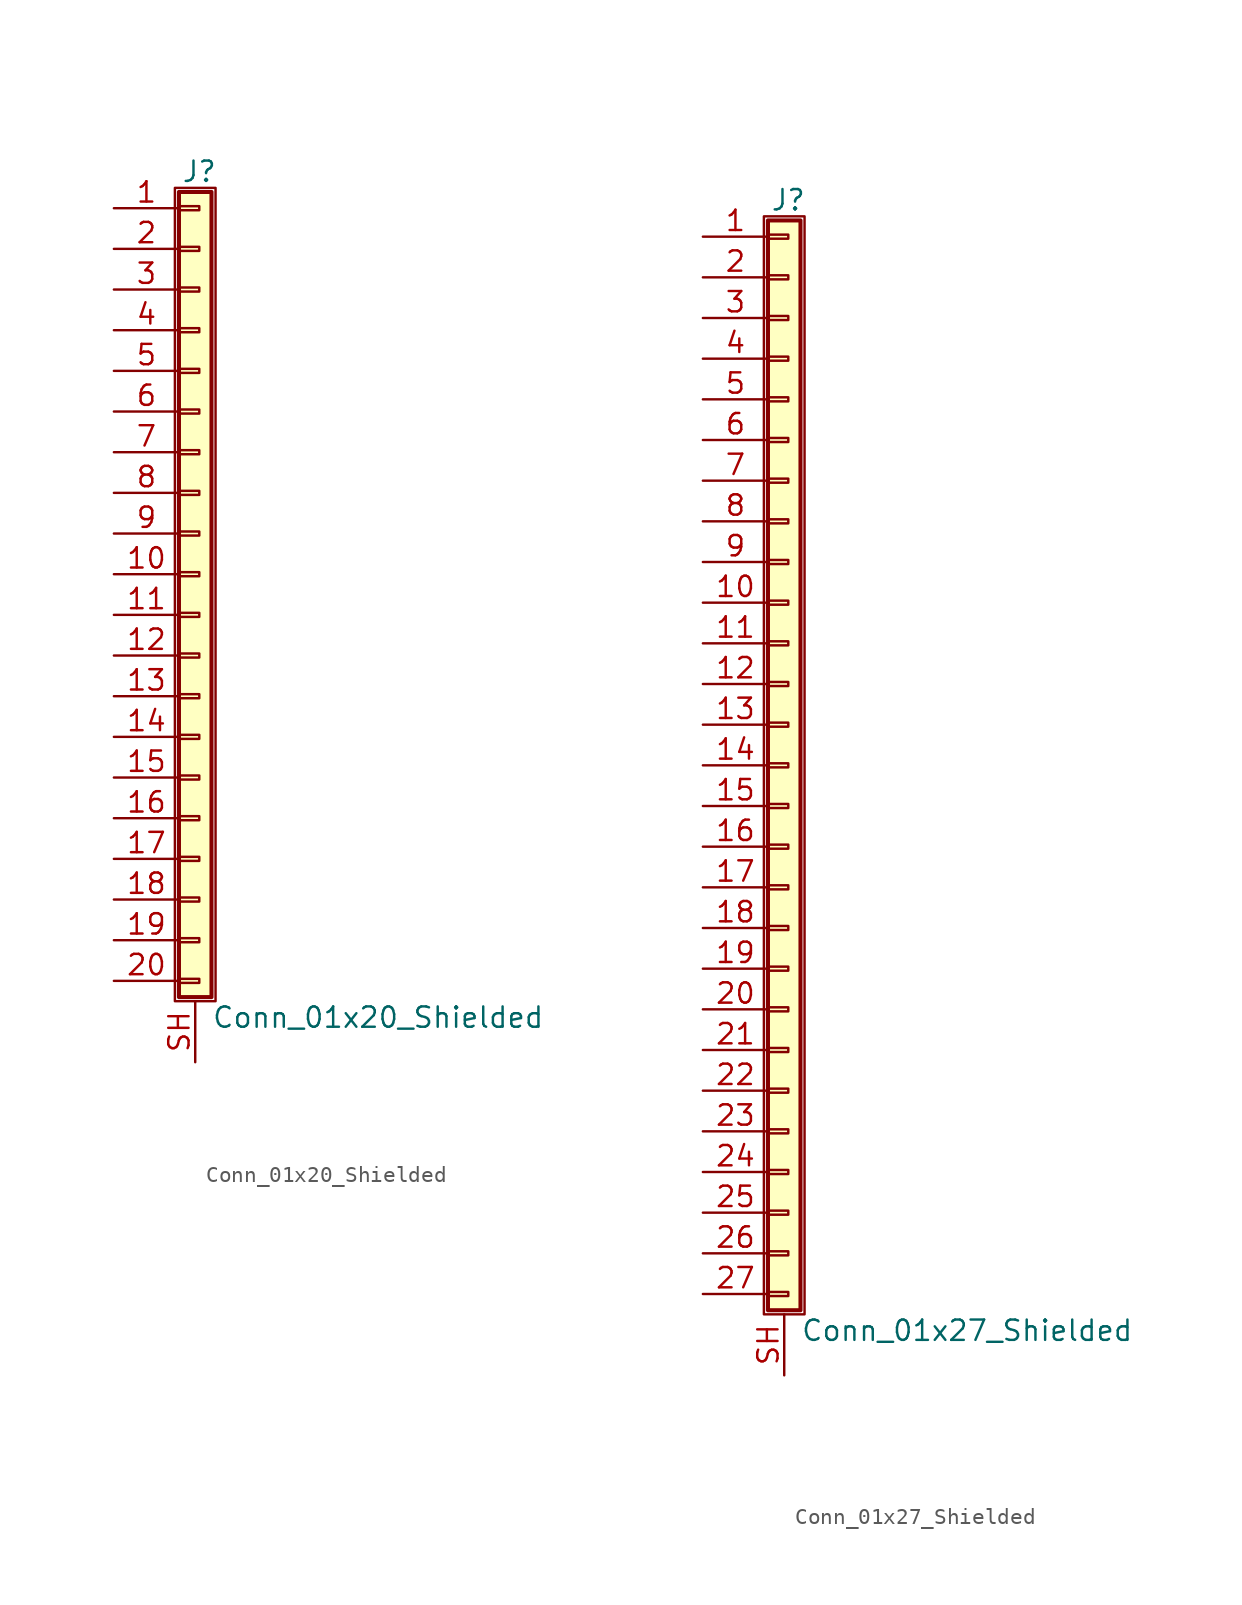
<source format=kicad_sym>
(kicad_symbol_lib
  (version 20220914)
  (generator kicad_symbol_editor)
  (symbol "Conn_01x20_Shielded"
    (pin_names
      (offset 1.016) hide)
    (property "Reference" "J"
      (at 0.254 25.146 0)
      (effects (font (size 1.27 1.27))))
    (property "Value" "Conn_01x20_Shielded"
      (at 1.016 -27.686 0)
      (effects (font (size 1.27 1.27)) (justify left)))
    (symbol "Conn_01x20_Shielded_1_1"
      (rectangle (start -1.27 24.13) (end 1.27 -26.67) (stroke (width 0.152) (type default)) (fill (type none)))
      (rectangle (start -1.016 -25.273) (end 0.254 -25.527) (stroke (width 0.152) (type default)) (fill (type none)))
      (rectangle (start -1.016 -22.733) (end 0.254 -22.987) (stroke (width 0.152) (type default)) (fill (type none)))
      (rectangle (start -1.016 -20.193) (end 0.254 -20.447) (stroke (width 0.152) (type default)) (fill (type none)))
      (rectangle (start -1.016 -17.653) (end 0.254 -17.907) (stroke (width 0.152) (type default)) (fill (type none)))
      (rectangle (start -1.016 -15.113) (end 0.254 -15.367) (stroke (width 0.152) (type default)) (fill (type none)))
      (rectangle (start -1.016 -12.573) (end 0.254 -12.827) (stroke (width 0.152) (type default)) (fill (type none)))
      (rectangle (start -1.016 -10.033) (end 0.254 -10.287) (stroke (width 0.152) (type default)) (fill (type none)))
      (rectangle (start -1.016 -7.493) (end 0.254 -7.747) (stroke (width 0.152) (type default)) (fill (type none)))
      (rectangle (start -1.016 -4.953) (end 0.254 -5.207) (stroke (width 0.152) (type default)) (fill (type none)))
      (rectangle (start -1.016 -2.413) (end 0.254 -2.667) (stroke (width 0.152) (type default)) (fill (type none)))
      (rectangle (start -1.016 0.127) (end 0.254 -0.127) (stroke (width 0.152) (type default)) (fill (type none)))
      (rectangle (start -1.016 2.667) (end 0.254 2.413) (stroke (width 0.152) (type default)) (fill (type none)))
      (rectangle (start -1.016 5.207) (end 0.254 4.953) (stroke (width 0.152) (type default)) (fill (type none)))
      (rectangle (start -1.016 7.747) (end 0.254 7.493) (stroke (width 0.152) (type default)) (fill (type none)))
      (rectangle (start -1.016 10.287) (end 0.254 10.033) (stroke (width 0.152) (type default)) (fill (type none)))
      (rectangle (start -1.016 12.827) (end 0.254 12.573) (stroke (width 0.152) (type default)) (fill (type none)))
      (rectangle (start -1.016 15.367) (end 0.254 15.113) (stroke (width 0.152) (type default)) (fill (type none)))
      (rectangle (start -1.016 17.907) (end 0.254 17.653) (stroke (width 0.152) (type default)) (fill (type none)))
      (rectangle (start -1.016 20.447) (end 0.254 20.193) (stroke (width 0.152) (type default)) (fill (type none)))
      (rectangle (start -1.016 22.987) (end 0.254 22.733) (stroke (width 0.152) (type default)) (fill (type none)))
      (rectangle (start -1.016 23.876) (end 1.016 -26.416) (stroke (width 0.254) (type default)) (fill (type background)))
      (pin passive line (at -5.08 22.86 0) (length 4.064) (name "Pin_1" (effects (font (size 1.27 1.27)))) (number "1" (effects (font (size 1.27 1.27)))))
      (pin passive line (at -5.08 0 0) (length 4.064) (name "Pin_10" (effects (font (size 1.27 1.27)))) (number "10" (effects (font (size 1.27 1.27)))))
      (pin passive line (at -5.08 -2.54 0) (length 4.064) (name "Pin_11" (effects (font (size 1.27 1.27)))) (number "11" (effects (font (size 1.27 1.27)))))
      (pin passive line (at -5.08 -5.08 0) (length 4.064) (name "Pin_12" (effects (font (size 1.27 1.27)))) (number "12" (effects (font (size 1.27 1.27)))))
      (pin passive line (at -5.08 -7.62 0) (length 4.064) (name "Pin_13" (effects (font (size 1.27 1.27)))) (number "13" (effects (font (size 1.27 1.27)))))
      (pin passive line (at -5.08 -10.16 0) (length 4.064) (name "Pin_14" (effects (font (size 1.27 1.27)))) (number "14" (effects (font (size 1.27 1.27)))))
      (pin passive line (at -5.08 -12.7 0) (length 4.064) (name "Pin_15" (effects (font (size 1.27 1.27)))) (number "15" (effects (font (size 1.27 1.27)))))
      (pin passive line (at -5.08 -15.24 0) (length 4.064) (name "Pin_16" (effects (font (size 1.27 1.27)))) (number "16" (effects (font (size 1.27 1.27)))))
      (pin passive line (at -5.08 -17.78 0) (length 4.064) (name "Pin_17" (effects (font (size 1.27 1.27)))) (number "17" (effects (font (size 1.27 1.27)))))
      (pin passive line (at -5.08 -20.32 0) (length 4.064) (name "Pin_18" (effects (font (size 1.27 1.27)))) (number "18" (effects (font (size 1.27 1.27)))))
      (pin passive line (at -5.08 -22.86 0) (length 4.064) (name "Pin_19" (effects (font (size 1.27 1.27)))) (number "19" (effects (font (size 1.27 1.27)))))
      (pin passive line (at -5.08 20.32 0) (length 4.064) (name "Pin_2" (effects (font (size 1.27 1.27)))) (number "2" (effects (font (size 1.27 1.27)))))
      (pin passive line (at -5.08 -25.4 0) (length 4.064) (name "Pin_20" (effects (font (size 1.27 1.27)))) (number "20" (effects (font (size 1.27 1.27)))))
      (pin passive line (at -5.08 17.78 0) (length 4.064) (name "Pin_3" (effects (font (size 1.27 1.27)))) (number "3" (effects (font (size 1.27 1.27)))))
      (pin passive line (at -5.08 15.24 0) (length 4.064) (name "Pin_4" (effects (font (size 1.27 1.27)))) (number "4" (effects (font (size 1.27 1.27)))))
      (pin passive line (at -5.08 12.7 0) (length 4.064) (name "Pin_5" (effects (font (size 1.27 1.27)))) (number "5" (effects (font (size 1.27 1.27)))))
      (pin passive line (at -5.08 10.16 0) (length 4.064) (name "Pin_6" (effects (font (size 1.27 1.27)))) (number "6" (effects (font (size 1.27 1.27)))))
      (pin passive line (at -5.08 7.62 0) (length 4.064) (name "Pin_7" (effects (font (size 1.27 1.27)))) (number "7" (effects (font (size 1.27 1.27)))))
      (pin passive line (at -5.08 5.08 0) (length 4.064) (name "Pin_8" (effects (font (size 1.27 1.27)))) (number "8" (effects (font (size 1.27 1.27)))))
      (pin passive line (at -5.08 2.54 0) (length 4.064) (name "Pin_9" (effects (font (size 1.27 1.27)))) (number "9" (effects (font (size 1.27 1.27)))))
      (pin passive line (at 0 -30.48 90) (length 3.81) (name "Shield" (effects (font (size 1.27 1.27)))) (number "SH" (effects (font (size 1.27 1.27)))))))
  (symbol "Conn_01x27_Shielded"
    (pin_names
      (offset 1.016) hide)
    (property "Reference" "J"
      (at 0.254 35.306 0)
      (effects (font (size 1.27 1.27))))
    (property "Value" "Conn_01x27_Shielded"
      (at 1.016 -35.306 0)
      (effects (font (size 1.27 1.27)) (justify left)))
    (symbol "Conn_01x27_Shielded_1_1"
      (rectangle (start -1.27 34.29) (end 1.27 -34.29) (stroke (width 0.152) (type default)) (fill (type none)))
      (rectangle (start -1.016 -32.893) (end 0.254 -33.147) (stroke (width 0.152) (type default)) (fill (type none)))
      (rectangle (start -1.016 -30.353) (end 0.254 -30.607) (stroke (width 0.152) (type default)) (fill (type none)))
      (rectangle (start -1.016 -27.813) (end 0.254 -28.067) (stroke (width 0.152) (type default)) (fill (type none)))
      (rectangle (start -1.016 -25.273) (end 0.254 -25.527) (stroke (width 0.152) (type default)) (fill (type none)))
      (rectangle (start -1.016 -22.733) (end 0.254 -22.987) (stroke (width 0.152) (type default)) (fill (type none)))
      (rectangle (start -1.016 -20.193) (end 0.254 -20.447) (stroke (width 0.152) (type default)) (fill (type none)))
      (rectangle (start -1.016 -17.653) (end 0.254 -17.907) (stroke (width 0.152) (type default)) (fill (type none)))
      (rectangle (start -1.016 -15.113) (end 0.254 -15.367) (stroke (width 0.152) (type default)) (fill (type none)))
      (rectangle (start -1.016 -12.573) (end 0.254 -12.827) (stroke (width 0.152) (type default)) (fill (type none)))
      (rectangle (start -1.016 -10.033) (end 0.254 -10.287) (stroke (width 0.152) (type default)) (fill (type none)))
      (rectangle (start -1.016 -7.493) (end 0.254 -7.747) (stroke (width 0.152) (type default)) (fill (type none)))
      (rectangle (start -1.016 -4.953) (end 0.254 -5.207) (stroke (width 0.152) (type default)) (fill (type none)))
      (rectangle (start -1.016 -2.413) (end 0.254 -2.667) (stroke (width 0.152) (type default)) (fill (type none)))
      (rectangle (start -1.016 0.127) (end 0.254 -0.127) (stroke (width 0.152) (type default)) (fill (type none)))
      (rectangle (start -1.016 2.667) (end 0.254 2.413) (stroke (width 0.152) (type default)) (fill (type none)))
      (rectangle (start -1.016 5.207) (end 0.254 4.953) (stroke (width 0.152) (type default)) (fill (type none)))
      (rectangle (start -1.016 7.747) (end 0.254 7.493) (stroke (width 0.152) (type default)) (fill (type none)))
      (rectangle (start -1.016 10.287) (end 0.254 10.033) (stroke (width 0.152) (type default)) (fill (type none)))
      (rectangle (start -1.016 12.827) (end 0.254 12.573) (stroke (width 0.152) (type default)) (fill (type none)))
      (rectangle (start -1.016 15.367) (end 0.254 15.113) (stroke (width 0.152) (type default)) (fill (type none)))
      (rectangle (start -1.016 17.907) (end 0.254 17.653) (stroke (width 0.152) (type default)) (fill (type none)))
      (rectangle (start -1.016 20.447) (end 0.254 20.193) (stroke (width 0.152) (type default)) (fill (type none)))
      (rectangle (start -1.016 22.987) (end 0.254 22.733) (stroke (width 0.152) (type default)) (fill (type none)))
      (rectangle (start -1.016 25.527) (end 0.254 25.273) (stroke (width 0.152) (type default)) (fill (type none)))
      (rectangle (start -1.016 28.067) (end 0.254 27.813) (stroke (width 0.152) (type default)) (fill (type none)))
      (rectangle (start -1.016 30.607) (end 0.254 30.353) (stroke (width 0.152) (type default)) (fill (type none)))
      (rectangle (start -1.016 33.147) (end 0.254 32.893) (stroke (width 0.152) (type default)) (fill (type none)))
      (rectangle (start -1.016 34.036) (end 1.016 -34.036) (stroke (width 0.254) (type default)) (fill (type background)))
      (pin passive line (at -5.08 33.02 0) (length 4.064) (name "Pin_1" (effects (font (size 1.27 1.27)))) (number "1" (effects (font (size 1.27 1.27)))))
      (pin passive line (at -5.08 10.16 0) (length 4.064) (name "Pin_10" (effects (font (size 1.27 1.27)))) (number "10" (effects (font (size 1.27 1.27)))))
      (pin passive line (at -5.08 7.62 0) (length 4.064) (name "Pin_11" (effects (font (size 1.27 1.27)))) (number "11" (effects (font (size 1.27 1.27)))))
      (pin passive line (at -5.08 5.08 0) (length 4.064) (name "Pin_12" (effects (font (size 1.27 1.27)))) (number "12" (effects (font (size 1.27 1.27)))))
      (pin passive line (at -5.08 2.54 0) (length 4.064) (name "Pin_13" (effects (font (size 1.27 1.27)))) (number "13" (effects (font (size 1.27 1.27)))))
      (pin passive line (at -5.08 0 0) (length 4.064) (name "Pin_14" (effects (font (size 1.27 1.27)))) (number "14" (effects (font (size 1.27 1.27)))))
      (pin passive line (at -5.08 -2.54 0) (length 4.064) (name "Pin_15" (effects (font (size 1.27 1.27)))) (number "15" (effects (font (size 1.27 1.27)))))
      (pin passive line (at -5.08 -5.08 0) (length 4.064) (name "Pin_16" (effects (font (size 1.27 1.27)))) (number "16" (effects (font (size 1.27 1.27)))))
      (pin passive line (at -5.08 -7.62 0) (length 4.064) (name "Pin_17" (effects (font (size 1.27 1.27)))) (number "17" (effects (font (size 1.27 1.27)))))
      (pin passive line (at -5.08 -10.16 0) (length 4.064) (name "Pin_18" (effects (font (size 1.27 1.27)))) (number "18" (effects (font (size 1.27 1.27)))))
      (pin passive line (at -5.08 -12.7 0) (length 4.064) (name "Pin_19" (effects (font (size 1.27 1.27)))) (number "19" (effects (font (size 1.27 1.27)))))
      (pin passive line (at -5.08 30.48 0) (length 4.064) (name "Pin_2" (effects (font (size 1.27 1.27)))) (number "2" (effects (font (size 1.27 1.27)))))
      (pin passive line (at -5.08 -15.24 0) (length 4.064) (name "Pin_20" (effects (font (size 1.27 1.27)))) (number "20" (effects (font (size 1.27 1.27)))))
      (pin passive line (at -5.08 -17.78 0) (length 4.064) (name "Pin_21" (effects (font (size 1.27 1.27)))) (number "21" (effects (font (size 1.27 1.27)))))
      (pin passive line (at -5.08 -20.32 0) (length 4.064) (name "Pin_22" (effects (font (size 1.27 1.27)))) (number "22" (effects (font (size 1.27 1.27)))))
      (pin passive line (at -5.08 -22.86 0) (length 4.064) (name "Pin_23" (effects (font (size 1.27 1.27)))) (number "23" (effects (font (size 1.27 1.27)))))
      (pin passive line (at -5.08 -25.4 0) (length 4.064) (name "Pin_24" (effects (font (size 1.27 1.27)))) (number "24" (effects (font (size 1.27 1.27)))))
      (pin passive line (at -5.08 -27.94 0) (length 4.064) (name "Pin_25" (effects (font (size 1.27 1.27)))) (number "25" (effects (font (size 1.27 1.27)))))
      (pin passive line (at -5.08 -30.48 0) (length 4.064) (name "Pin_26" (effects (font (size 1.27 1.27)))) (number "26" (effects (font (size 1.27 1.27)))))
      (pin passive line (at -5.08 -33.02 0) (length 4.064) (name "Pin_27" (effects (font (size 1.27 1.27)))) (number "27" (effects (font (size 1.27 1.27)))))
      (pin passive line (at -5.08 27.94 0) (length 4.064) (name "Pin_3" (effects (font (size 1.27 1.27)))) (number "3" (effects (font (size 1.27 1.27)))))
      (pin passive line (at -5.08 25.4 0) (length 4.064) (name "Pin_4" (effects (font (size 1.27 1.27)))) (number "4" (effects (font (size 1.27 1.27)))))
      (pin passive line (at -5.08 22.86 0) (length 4.064) (name "Pin_5" (effects (font (size 1.27 1.27)))) (number "5" (effects (font (size 1.27 1.27)))))
      (pin passive line (at -5.08 20.32 0) (length 4.064) (name "Pin_6" (effects (font (size 1.27 1.27)))) (number "6" (effects (font (size 1.27 1.27)))))
      (pin passive line (at -5.08 17.78 0) (length 4.064) (name "Pin_7" (effects (font (size 1.27 1.27)))) (number "7" (effects (font (size 1.27 1.27)))))
      (pin passive line (at -5.08 15.24 0) (length 4.064) (name "Pin_8" (effects (font (size 1.27 1.27)))) (number "8" (effects (font (size 1.27 1.27)))))
      (pin passive line (at -5.08 12.7 0) (length 4.064) (name "Pin_9" (effects (font (size 1.27 1.27)))) (number "9" (effects (font (size 1.27 1.27)))))
      (pin passive line (at 0 -38.1 90) (length 3.81) (name "Shield" (effects (font (size 1.27 1.27)))) (number "SH" (effects (font (size 1.27 1.27))))))))
</source>
